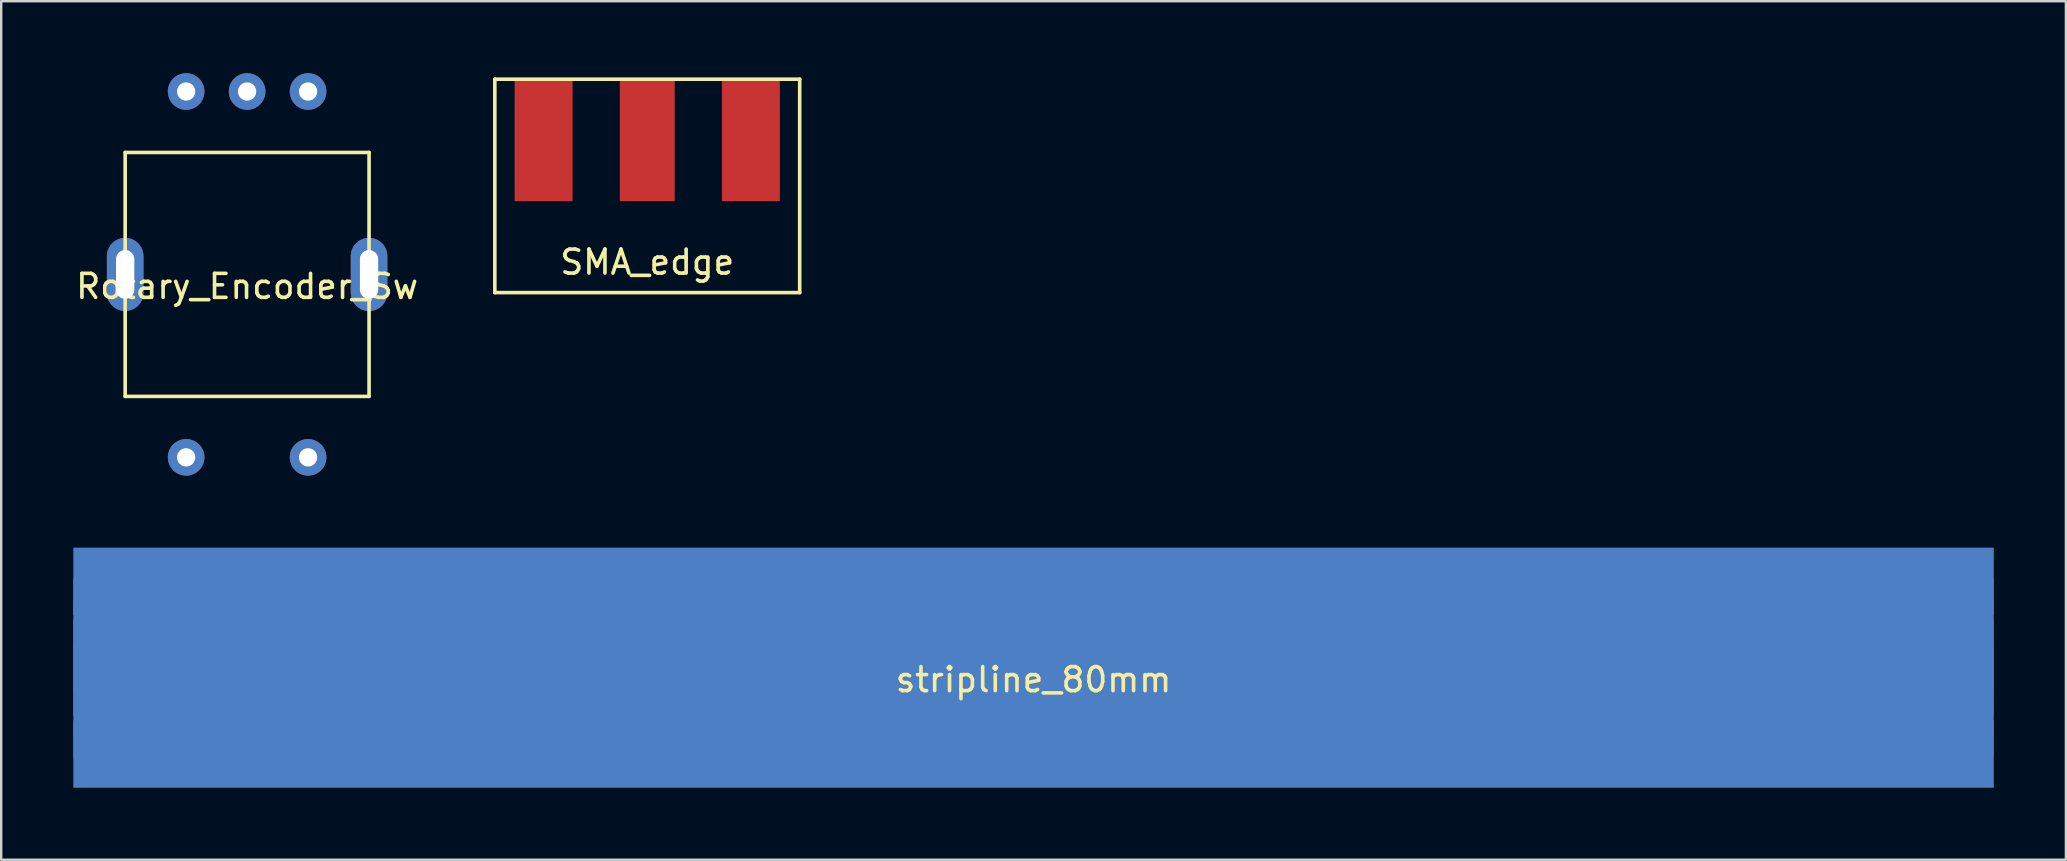
<source format=kicad_pcb>
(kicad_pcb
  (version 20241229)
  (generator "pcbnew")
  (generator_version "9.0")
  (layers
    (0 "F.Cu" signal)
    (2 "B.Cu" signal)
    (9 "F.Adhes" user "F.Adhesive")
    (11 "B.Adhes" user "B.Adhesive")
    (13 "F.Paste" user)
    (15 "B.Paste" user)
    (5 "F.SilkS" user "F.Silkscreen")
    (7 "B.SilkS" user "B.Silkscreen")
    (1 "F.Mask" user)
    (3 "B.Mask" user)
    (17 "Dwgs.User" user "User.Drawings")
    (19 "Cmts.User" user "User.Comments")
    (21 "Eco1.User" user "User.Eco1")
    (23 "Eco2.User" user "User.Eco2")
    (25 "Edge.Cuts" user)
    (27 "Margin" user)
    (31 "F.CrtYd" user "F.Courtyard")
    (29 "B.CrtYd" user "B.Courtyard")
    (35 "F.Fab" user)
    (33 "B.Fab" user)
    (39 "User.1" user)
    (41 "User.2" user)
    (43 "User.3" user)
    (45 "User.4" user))
  (footprint "Rotary_Encoder_Sw"
    (layer "F.Cu")
    (at 7.244 8.382)
    (property "Reference" "Rotary_Encoder_Sw" (at 0 0.5 0) (layer "F.SilkS") (effects (font (size 1 1) (thickness 0.15))))
    (attr through_hole)
    (fp_line (start -5.08 -5.08) (end 5.08 -5.08) (stroke (width 0.15) (type solid)) (layer "F.SilkS"))
    (fp_line (start -5.08 5.08) (end -5.08 -5.08) (stroke (width 0.15) (type solid)) (layer "F.SilkS"))
    (fp_line (start 5.08 -5.08) (end 5.08 5.08) (stroke (width 0.15) (type solid)) (layer "F.SilkS"))
    (fp_line (start 5.08 5.08) (end -5.08 5.08) (stroke (width 0.15) (type solid)) (layer "F.SilkS"))
    (pad "6" thru_hole oval (at 5.08 0) (size 1.524 3.048) (drill oval 0.762 2.032) (layers "*.Cu" "*.Mask"))
    (pad "7" thru_hole oval (at -5.08 0) (size 1.524 3.048) (drill oval 0.762 2.032) (layers "*.Cu" "*.Mask"))
    (pad "A" thru_hole circle (at -2.54 -7.62) (size 1.524 1.524) (drill 0.762) (layers "*.Cu" "*.Mask"))
    (pad "B" thru_hole circle (at 2.54 -7.62) (size 1.524 1.524) (drill 0.762) (layers "*.Cu" "*.Mask"))
    (pad "C" thru_hole circle (at 0 -7.62) (size 1.524 1.524) (drill 0.762) (layers "*.Cu" "*.Mask"))
    (pad "S1" thru_hole circle (at -2.54 7.62) (size 1.524 1.524) (drill 0.762) (layers "*.Cu" "*.Mask"))
    (pad "S2" thru_hole circle (at 2.54 7.62) (size 1.524 1.524) (drill 0.762) (layers "*.Cu" "*.Mask")))
  (footprint "SMA_edge"
    (layer "F.Cu")
    (at 23.913 0.25)
    (property "Reference" "SMA_edge" (at 0 7.62 0) (layer "F.SilkS") (effects (font (size 1 1) (thickness 0.15))))
    (attr through_hole)
    (fp_line (start -6.35 0) (end 6.35 0) (stroke (width 0.15) (type solid)) (layer "F.SilkS"))
    (fp_line (start -6.35 8.89) (end -6.35 0) (stroke (width 0.15) (type solid)) (layer "F.SilkS"))
    (fp_line (start 6.35 0) (end 6.35 8.89) (stroke (width 0.15) (type solid)) (layer "F.SilkS"))
    (fp_line (start 6.35 8.89) (end -6.35 8.89) (stroke (width 0.15) (type solid)) (layer "F.SilkS"))
    (pad "1" smd rect (at 0 2.54) (size 2.286 5.08) (layers "F.Cu" "F.Mask" "F.Paste"))
    (pad "2" smd rect (at -4.318 2.54) (size 2.413 5.08) (layers "F.Cu" "F.Mask" "F.Paste"))
    (pad "2" smd rect (at 4.318 2.54) (size 2.413 5.08) (layers "F.Cu" "F.Mask" "F.Paste")))
  (footprint "stripline_80mm"
    (layer "F.Cu")
    (at 40.005 24.764)
    (property "Reference" "stripline_80mm" (at 0 0.5 0) (layer "F.SilkS") (effects (font (size 1 1) (thickness 0.15))))
    (attr through_hole)
    (fp_poly (pts (xy 40 -2.2) (xy -40 -2.2) (xy -40 -2.8) (xy 40 -2.8)) (stroke (width 0.01) (type solid)) (fill yes) (layer "F.Cu"))
    (fp_poly (pts (xy 40 2) (xy -40 2) (xy -40 -2) (xy 40 -2)) (stroke (width 0.01) (type solid)) (fill yes) (layer "F.Cu"))
    (fp_poly (pts (xy 40 2.8) (xy -40 2.8) (xy -40 2.2) (xy 40 2.2)) (stroke (width 0.01) (type solid)) (fill yes) (layer "F.Cu"))
    (pad "1" smd rect (at -39 -3.2) (size 2 1.5) (drill (offset 0 0.25)) (layers "F.Cu"))
    (pad "2" smd rect (at -39 0) (size 2 2) (layers "F.Cu"))
    (pad "3" smd rect (at -39 3) (size 2 1.5) (layers "F.Cu"))
    (pad "4" smd rect (at 39 -3.2) (size 2 1.5) (drill (offset 0 0.25)) (layers "F.Cu"))
    (pad "5" smd rect (at 39 0) (size 2 2) (layers "F.Cu"))
    (pad "6" smd rect (at 39 2.7) (size 2 1.5) (drill (offset 0 0.25)) (layers "F.Cu"))
    (pad "7" smd rect (at 0 0) (size 80 10) (layers "B.Cu")))
  (gr_rect
    (start -3 -3)
    (end 83.01 32.764)
    (stroke (width 0.1) (type default))
    (fill no)
    (layer "Edge.Cuts")))
</source>
